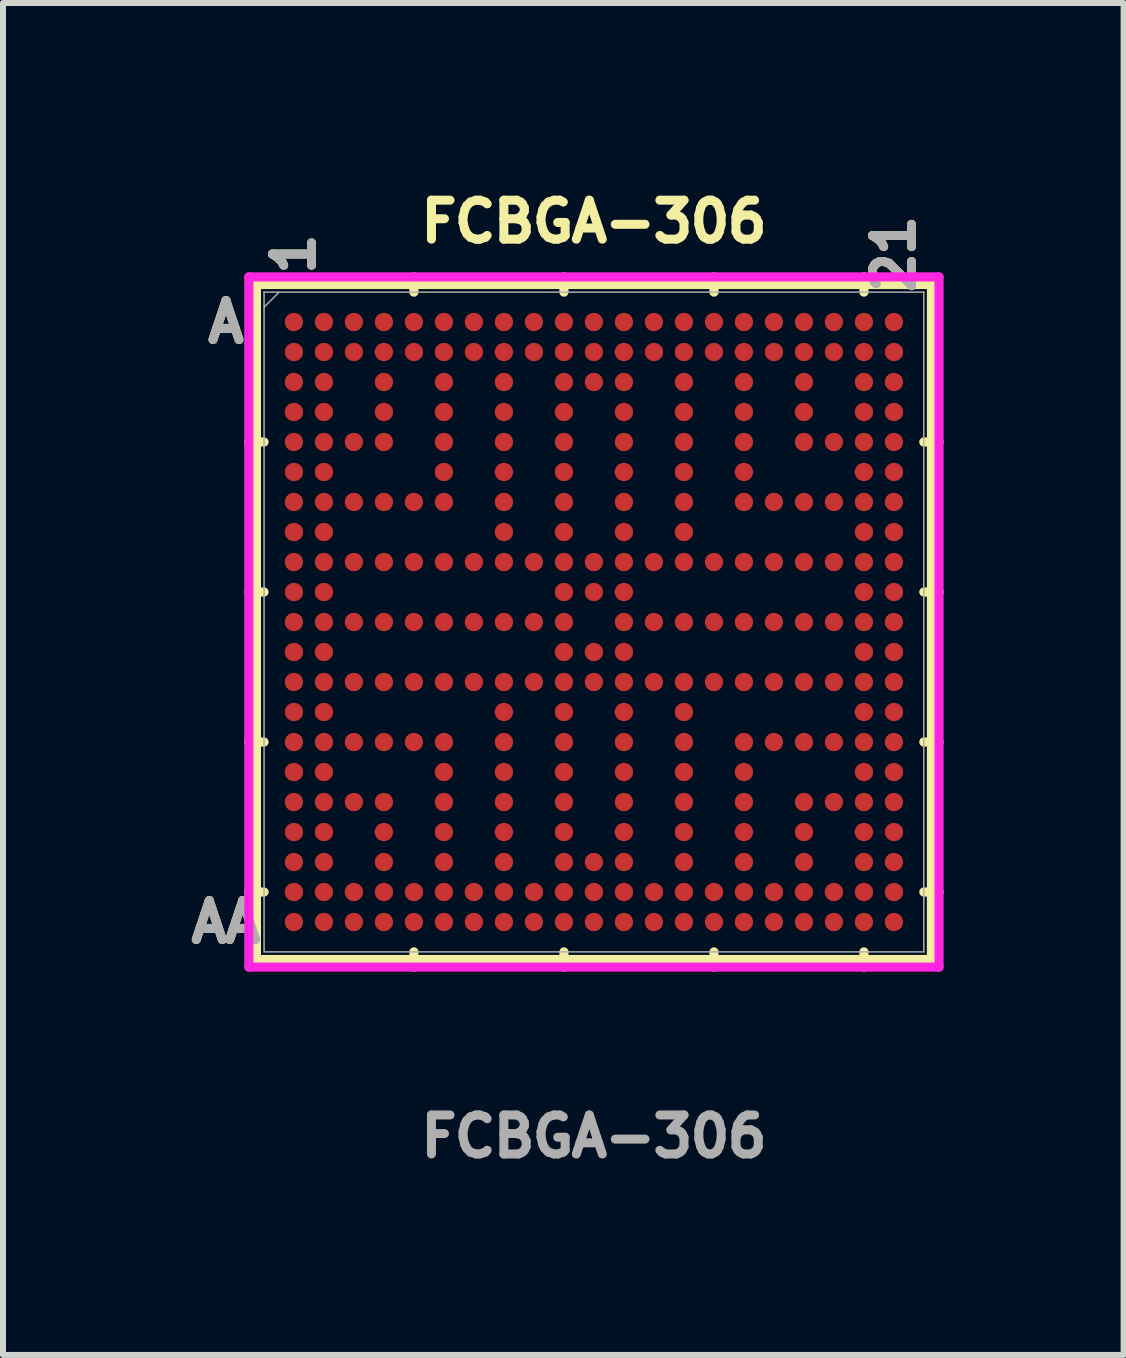
<source format=kicad_pcb>
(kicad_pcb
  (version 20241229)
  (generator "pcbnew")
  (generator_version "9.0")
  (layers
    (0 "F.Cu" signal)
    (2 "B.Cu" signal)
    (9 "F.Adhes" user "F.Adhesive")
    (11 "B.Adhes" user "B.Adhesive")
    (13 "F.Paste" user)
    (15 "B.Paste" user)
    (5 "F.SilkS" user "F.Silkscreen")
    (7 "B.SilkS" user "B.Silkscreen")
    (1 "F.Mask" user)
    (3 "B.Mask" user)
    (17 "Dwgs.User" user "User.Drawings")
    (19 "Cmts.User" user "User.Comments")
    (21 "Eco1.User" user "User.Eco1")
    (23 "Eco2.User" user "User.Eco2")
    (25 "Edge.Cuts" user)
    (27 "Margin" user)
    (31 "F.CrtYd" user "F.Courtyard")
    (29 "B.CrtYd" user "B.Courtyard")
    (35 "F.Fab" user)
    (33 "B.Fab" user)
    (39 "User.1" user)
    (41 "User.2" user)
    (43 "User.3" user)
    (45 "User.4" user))
  (footprint "FCBGA-306"
    (layer "F.Cu")
    (at 6.851 7.319)
    (property "Reference" "FCBGA-306" (at 0 -6.675 0) (unlocked yes) (layer "F.SilkS") (effects (font (size 0.65 0.65) (thickness 0.15))))
    (attr smd)
    (fp_line (start -5.626 -5.626) (end -5.626 5.626) (stroke (width 0.152) (type solid)) (layer "F.SilkS"))
    (fp_line (start -5.626 5.626) (end 5.626 5.626) (stroke (width 0.152) (type solid)) (layer "F.SilkS"))
    (fp_line (start -5.499 -3.001) (end -5.753 -3.001) (stroke (width 0.152) (type solid)) (layer "F.SilkS"))
    (fp_line (start -5.499 -0.5) (end -5.753 -0.5) (stroke (width 0.152) (type solid)) (layer "F.SilkS"))
    (fp_line (start -5.499 2.001) (end -5.753 2.001) (stroke (width 0.152) (type solid)) (layer "F.SilkS"))
    (fp_line (start -5.499 4.501) (end -5.753 4.501) (stroke (width 0.152) (type solid)) (layer "F.SilkS"))
    (fp_line (start -3.001 -5.499) (end -3.001 -5.753) (stroke (width 0.152) (type solid)) (layer "F.SilkS"))
    (fp_line (start -3.001 5.499) (end -3.001 5.753) (stroke (width 0.152) (type solid)) (layer "F.SilkS"))
    (fp_line (start -0.5 -5.499) (end -0.5 -5.753) (stroke (width 0.152) (type solid)) (layer "F.SilkS"))
    (fp_line (start -0.5 5.499) (end -0.5 5.753) (stroke (width 0.152) (type solid)) (layer "F.SilkS"))
    (fp_line (start 2.001 -5.499) (end 2.001 -5.753) (stroke (width 0.152) (type solid)) (layer "F.SilkS"))
    (fp_line (start 2.001 5.499) (end 2.001 5.753) (stroke (width 0.152) (type solid)) (layer "F.SilkS"))
    (fp_line (start 4.501 -5.499) (end 4.501 -5.753) (stroke (width 0.152) (type solid)) (layer "F.SilkS"))
    (fp_line (start 4.501 5.499) (end 4.501 5.753) (stroke (width 0.152) (type solid)) (layer "F.SilkS"))
    (fp_line (start 5.499 -3.001) (end 5.753 -3.001) (stroke (width 0.152) (type solid)) (layer "F.SilkS"))
    (fp_line (start 5.499 -0.5) (end 5.753 -0.5) (stroke (width 0.152) (type solid)) (layer "F.SilkS"))
    (fp_line (start 5.499 2.001) (end 5.753 2.001) (stroke (width 0.152) (type solid)) (layer "F.SilkS"))
    (fp_line (start 5.499 4.501) (end 5.753 4.501) (stroke (width 0.152) (type solid)) (layer "F.SilkS"))
    (fp_line (start 5.626 -5.626) (end -5.626 -5.626) (stroke (width 0.152) (type solid)) (layer "F.SilkS"))
    (fp_line (start 5.626 5.626) (end 5.626 -5.626) (stroke (width 0.152) (type solid)) (layer "F.SilkS"))
    (fp_line (start -5.753 -5.753) (end 5.753 -5.753) (stroke (width 0.152) (type solid)) (layer "F.CrtYd"))
    (fp_line (start -5.753 5.753) (end -5.753 -5.753) (stroke (width 0.152) (type solid)) (layer "F.CrtYd"))
    (fp_line (start 5.753 -5.753) (end 5.753 5.753) (stroke (width 0.152) (type solid)) (layer "F.CrtYd"))
    (fp_line (start 5.753 5.753) (end -5.753 5.753) (stroke (width 0.152) (type solid)) (layer "F.CrtYd"))
    (fp_line (start -5.499 -5.499) (end -5.499 5.499) (stroke (width 0.025) (type solid)) (layer "F.Fab"))
    (fp_line (start -5.499 5.499) (end 5.499 5.499) (stroke (width 0.025) (type solid)) (layer "F.Fab"))
    (fp_line (start -5.249 -5.499) (end -5.499 -5.249) (stroke (width 0.025) (type solid)) (layer "F.Fab"))
    (fp_line (start 5.499 -5.499) (end -5.499 -5.499) (stroke (width 0.025) (type solid)) (layer "F.Fab"))
    (fp_line (start 5.499 5.499) (end 5.499 -5.499) (stroke (width 0.025) (type solid)) (layer "F.Fab"))
    (fp_text user "A" (at -6.134 -5.001 0) (unlocked yes) (layer "F.SilkS") (effects (font (size 0.65 0.65) (thickness 0.15))))
    (fp_text user "1" (at -5.001 -6.134 90) (unlocked yes) (layer "F.SilkS") (effects (font (size 0.65 0.65) (thickness 0.15))))
    (fp_text user "AA" (at -6.134 5.001 0) (unlocked yes) (layer "F.SilkS") (effects (font (size 0.65 0.65) (thickness 0.15))))
    (fp_text user "21" (at 5.001 -6.134 90) (unlocked yes) (layer "F.SilkS") (effects (font (size 0.65 0.65) (thickness 0.15))))
    (fp_text user "AA" (at -6.134 5.001 0) (unlocked yes) (layer "F.Fab") (effects (font (size 0.65 0.65) (thickness 0.15))))
    (fp_text user "${REFERENCE}" (at 0 8.575 0) (unlocked yes) (layer "F.Fab") (effects (font (size 0.65 0.65) (thickness 0.15))))
    (fp_text user "A" (at -6.134 -5.001 0) (unlocked yes) (layer "F.Fab") (effects (font (size 0.65 0.65) (thickness 0.15))))
    (fp_text user "1" (at -5.001 -6.134 90) (unlocked yes) (layer "F.Fab") (effects (font (size 0.65 0.65) (thickness 0.15))))
    (fp_text user "21" (at 5.001 -6.134 90) (unlocked yes) (layer "F.Fab") (effects (font (size 0.65 0.65) (thickness 0.15))))
    (pad "A1" smd circle (at -5.001 -5.001) (size 0.305 0.305) (layers "F.Cu" "F.Mask" "F.Paste"))
    (pad "A2" smd circle (at -4.501 -5.001) (size 0.305 0.305) (layers "F.Cu" "F.Mask" "F.Paste"))
    (pad "A3" smd circle (at -4.001 -5.001) (size 0.305 0.305) (layers "F.Cu" "F.Mask" "F.Paste"))
    (pad "A4" smd circle (at -3.501 -5.001) (size 0.305 0.305) (layers "F.Cu" "F.Mask" "F.Paste"))
    (pad "A5" smd circle (at -3.001 -5.001) (size 0.305 0.305) (layers "F.Cu" "F.Mask" "F.Paste"))
    (pad "A6" smd circle (at -2.501 -5.001) (size 0.305 0.305) (layers "F.Cu" "F.Mask" "F.Paste"))
    (pad "A7" smd circle (at -2.001 -5.001) (size 0.305 0.305) (layers "F.Cu" "F.Mask" "F.Paste"))
    (pad "A8" smd circle (at -1.5 -5.001) (size 0.305 0.305) (layers "F.Cu" "F.Mask" "F.Paste"))
    (pad "A9" smd circle (at -1 -5.001) (size 0.305 0.305) (layers "F.Cu" "F.Mask" "F.Paste"))
    (pad "A10" smd circle (at -0.5 -5.001) (size 0.305 0.305) (layers "F.Cu" "F.Mask" "F.Paste"))
    (pad "A11" smd circle (at 0 -5.001) (size 0.305 0.305) (layers "F.Cu" "F.Mask" "F.Paste"))
    (pad "A12" smd circle (at 0.5 -5.001) (size 0.305 0.305) (layers "F.Cu" "F.Mask" "F.Paste"))
    (pad "A13" smd circle (at 1 -5.001) (size 0.305 0.305) (layers "F.Cu" "F.Mask" "F.Paste"))
    (pad "A14" smd circle (at 1.5 -5.001) (size 0.305 0.305) (layers "F.Cu" "F.Mask" "F.Paste"))
    (pad "A15" smd circle (at 2.001 -5.001) (size 0.305 0.305) (layers "F.Cu" "F.Mask" "F.Paste"))
    (pad "A16" smd circle (at 2.501 -5.001) (size 0.305 0.305) (layers "F.Cu" "F.Mask" "F.Paste"))
    (pad "A17" smd circle (at 3.001 -5.001) (size 0.305 0.305) (layers "F.Cu" "F.Mask" "F.Paste"))
    (pad "A18" smd circle (at 3.501 -5.001) (size 0.305 0.305) (layers "F.Cu" "F.Mask" "F.Paste"))
    (pad "A19" smd circle (at 4.001 -5.001) (size 0.305 0.305) (layers "F.Cu" "F.Mask" "F.Paste"))
    (pad "A20" smd circle (at 4.501 -5.001) (size 0.305 0.305) (layers "F.Cu" "F.Mask" "F.Paste"))
    (pad "A21" smd circle (at 5.001 -5.001) (size 0.305 0.305) (layers "F.Cu" "F.Mask" "F.Paste"))
    (pad "AA1" smd circle (at -5.001 5.001) (size 0.305 0.305) (layers "F.Cu" "F.Mask" "F.Paste"))
    (pad "AA2" smd circle (at -4.501 5.001) (size 0.305 0.305) (layers "F.Cu" "F.Mask" "F.Paste"))
    (pad "AA3" smd circle (at -4.001 5.001) (size 0.305 0.305) (layers "F.Cu" "F.Mask" "F.Paste"))
    (pad "AA4" smd circle (at -3.501 5.001) (size 0.305 0.305) (layers "F.Cu" "F.Mask" "F.Paste"))
    (pad "AA5" smd circle (at -3.001 5.001) (size 0.305 0.305) (layers "F.Cu" "F.Mask" "F.Paste"))
    (pad "AA6" smd circle (at -2.501 5.001) (size 0.305 0.305) (layers "F.Cu" "F.Mask" "F.Paste"))
    (pad "AA7" smd circle (at -2.001 5.001) (size 0.305 0.305) (layers "F.Cu" "F.Mask" "F.Paste"))
    (pad "AA8" smd circle (at -1.5 5.001) (size 0.305 0.305) (layers "F.Cu" "F.Mask" "F.Paste"))
    (pad "AA9" smd circle (at -1 5.001) (size 0.305 0.305) (layers "F.Cu" "F.Mask" "F.Paste"))
    (pad "AA10" smd circle (at -0.5 5.001) (size 0.305 0.305) (layers "F.Cu" "F.Mask" "F.Paste"))
    (pad "AA11" smd circle (at 0 5.001) (size 0.305 0.305) (layers "F.Cu" "F.Mask" "F.Paste"))
    (pad "AA12" smd circle (at 0.5 5.001) (size 0.305 0.305) (layers "F.Cu" "F.Mask" "F.Paste"))
    (pad "AA13" smd circle (at 1 5.001) (size 0.305 0.305) (layers "F.Cu" "F.Mask" "F.Paste"))
    (pad "AA14" smd circle (at 1.5 5.001) (size 0.305 0.305) (layers "F.Cu" "F.Mask" "F.Paste"))
    (pad "AA15" smd circle (at 2.001 5.001) (size 0.305 0.305) (layers "F.Cu" "F.Mask" "F.Paste"))
    (pad "AA16" smd circle (at 2.501 5.001) (size 0.305 0.305) (layers "F.Cu" "F.Mask" "F.Paste"))
    (pad "AA17" smd circle (at 3.001 5.001) (size 0.305 0.305) (layers "F.Cu" "F.Mask" "F.Paste"))
    (pad "AA18" smd circle (at 3.501 5.001) (size 0.305 0.305) (layers "F.Cu" "F.Mask" "F.Paste"))
    (pad "AA19" smd circle (at 4.001 5.001) (size 0.305 0.305) (layers "F.Cu" "F.Mask" "F.Paste"))
    (pad "AA20" smd circle (at 4.501 5.001) (size 0.305 0.305) (layers "F.Cu" "F.Mask" "F.Paste"))
    (pad "AA21" smd circle (at 5.001 5.001) (size 0.305 0.305) (layers "F.Cu" "F.Mask" "F.Paste"))
    (pad "B1" smd circle (at -5.001 -4.501) (size 0.305 0.305) (layers "F.Cu" "F.Mask" "F.Paste"))
    (pad "B2" smd circle (at -4.501 -4.501) (size 0.305 0.305) (layers "F.Cu" "F.Mask" "F.Paste"))
    (pad "B3" smd circle (at -4.001 -4.501) (size 0.305 0.305) (layers "F.Cu" "F.Mask" "F.Paste"))
    (pad "B4" smd circle (at -3.501 -4.501) (size 0.305 0.305) (layers "F.Cu" "F.Mask" "F.Paste"))
    (pad "B5" smd circle (at -3.001 -4.501) (size 0.305 0.305) (layers "F.Cu" "F.Mask" "F.Paste"))
    (pad "B6" smd circle (at -2.501 -4.501) (size 0.305 0.305) (layers "F.Cu" "F.Mask" "F.Paste"))
    (pad "B7" smd circle (at -2.001 -4.501) (size 0.305 0.305) (layers "F.Cu" "F.Mask" "F.Paste"))
    (pad "B8" smd circle (at -1.5 -4.501) (size 0.305 0.305) (layers "F.Cu" "F.Mask" "F.Paste"))
    (pad "B9" smd circle (at -1 -4.501) (size 0.305 0.305) (layers "F.Cu" "F.Mask" "F.Paste"))
    (pad "B10" smd circle (at -0.5 -4.501) (size 0.305 0.305) (layers "F.Cu" "F.Mask" "F.Paste"))
    (pad "B11" smd circle (at 0 -4.501) (size 0.305 0.305) (layers "F.Cu" "F.Mask" "F.Paste"))
    (pad "B12" smd circle (at 0.5 -4.501) (size 0.305 0.305) (layers "F.Cu" "F.Mask" "F.Paste"))
    (pad "B13" smd circle (at 1 -4.501) (size 0.305 0.305) (layers "F.Cu" "F.Mask" "F.Paste"))
    (pad "B14" smd circle (at 1.5 -4.501) (size 0.305 0.305) (layers "F.Cu" "F.Mask" "F.Paste"))
    (pad "B15" smd circle (at 2.001 -4.501) (size 0.305 0.305) (layers "F.Cu" "F.Mask" "F.Paste"))
    (pad "B16" smd circle (at 2.501 -4.501) (size 0.305 0.305) (layers "F.Cu" "F.Mask" "F.Paste"))
    (pad "B17" smd circle (at 3.001 -4.501) (size 0.305 0.305) (layers "F.Cu" "F.Mask" "F.Paste"))
    (pad "B18" smd circle (at 3.501 -4.501) (size 0.305 0.305) (layers "F.Cu" "F.Mask" "F.Paste"))
    (pad "B19" smd circle (at 4.001 -4.501) (size 0.305 0.305) (layers "F.Cu" "F.Mask" "F.Paste"))
    (pad "B20" smd circle (at 4.501 -4.501) (size 0.305 0.305) (layers "F.Cu" "F.Mask" "F.Paste"))
    (pad "B21" smd circle (at 5.001 -4.501) (size 0.305 0.305) (layers "F.Cu" "F.Mask" "F.Paste"))
    (pad "C1" smd circle (at -5.001 -4.001) (size 0.305 0.305) (layers "F.Cu" "F.Mask" "F.Paste"))
    (pad "C2" smd circle (at -4.501 -4.001) (size 0.305 0.305) (layers "F.Cu" "F.Mask" "F.Paste"))
    (pad "C4" smd circle (at -3.501 -4.001) (size 0.305 0.305) (layers "F.Cu" "F.Mask" "F.Paste"))
    (pad "C6" smd circle (at -2.501 -4.001) (size 0.305 0.305) (layers "F.Cu" "F.Mask" "F.Paste"))
    (pad "C8" smd circle (at -1.5 -4.001) (size 0.305 0.305) (layers "F.Cu" "F.Mask" "F.Paste"))
    (pad "C10" smd circle (at -0.5 -4.001) (size 0.305 0.305) (layers "F.Cu" "F.Mask" "F.Paste"))
    (pad "C11" smd circle (at 0 -4.001) (size 0.305 0.305) (layers "F.Cu" "F.Mask" "F.Paste"))
    (pad "C12" smd circle (at 0.5 -4.001) (size 0.305 0.305) (layers "F.Cu" "F.Mask" "F.Paste"))
    (pad "C14" smd circle (at 1.5 -4.001) (size 0.305 0.305) (layers "F.Cu" "F.Mask" "F.Paste"))
    (pad "C16" smd circle (at 2.501 -4.001) (size 0.305 0.305) (layers "F.Cu" "F.Mask" "F.Paste"))
    (pad "C18" smd circle (at 3.501 -4.001) (size 0.305 0.305) (layers "F.Cu" "F.Mask" "F.Paste"))
    (pad "C20" smd circle (at 4.501 -4.001) (size 0.305 0.305) (layers "F.Cu" "F.Mask" "F.Paste"))
    (pad "C21" smd circle (at 5.001 -4.001) (size 0.305 0.305) (layers "F.Cu" "F.Mask" "F.Paste"))
    (pad "D1" smd circle (at -5.001 -3.501) (size 0.305 0.305) (layers "F.Cu" "F.Mask" "F.Paste"))
    (pad "D2" smd circle (at -4.501 -3.501) (size 0.305 0.305) (layers "F.Cu" "F.Mask" "F.Paste"))
    (pad "D4" smd circle (at -3.501 -3.501) (size 0.305 0.305) (layers "F.Cu" "F.Mask" "F.Paste"))
    (pad "D6" smd circle (at -2.501 -3.501) (size 0.305 0.305) (layers "F.Cu" "F.Mask" "F.Paste"))
    (pad "D8" smd circle (at -1.5 -3.501) (size 0.305 0.305) (layers "F.Cu" "F.Mask" "F.Paste"))
    (pad "D10" smd circle (at -0.5 -3.501) (size 0.305 0.305) (layers "F.Cu" "F.Mask" "F.Paste"))
    (pad "D12" smd circle (at 0.5 -3.501) (size 0.305 0.305) (layers "F.Cu" "F.Mask" "F.Paste"))
    (pad "D14" smd circle (at 1.5 -3.501) (size 0.305 0.305) (layers "F.Cu" "F.Mask" "F.Paste"))
    (pad "D16" smd circle (at 2.501 -3.501) (size 0.305 0.305) (layers "F.Cu" "F.Mask" "F.Paste"))
    (pad "D18" smd circle (at 3.501 -3.501) (size 0.305 0.305) (layers "F.Cu" "F.Mask" "F.Paste"))
    (pad "D20" smd circle (at 4.501 -3.501) (size 0.305 0.305) (layers "F.Cu" "F.Mask" "F.Paste"))
    (pad "D21" smd circle (at 5.001 -3.501) (size 0.305 0.305) (layers "F.Cu" "F.Mask" "F.Paste"))
    (pad "E1" smd circle (at -5.001 -3.001) (size 0.305 0.305) (layers "F.Cu" "F.Mask" "F.Paste"))
    (pad "E2" smd circle (at -4.501 -3.001) (size 0.305 0.305) (layers "F.Cu" "F.Mask" "F.Paste"))
    (pad "E3" smd circle (at -4.001 -3.001) (size 0.305 0.305) (layers "F.Cu" "F.Mask" "F.Paste"))
    (pad "E4" smd circle (at -3.501 -3.001) (size 0.305 0.305) (layers "F.Cu" "F.Mask" "F.Paste"))
    (pad "E6" smd circle (at -2.501 -3.001) (size 0.305 0.305) (layers "F.Cu" "F.Mask" "F.Paste"))
    (pad "E8" smd circle (at -1.5 -3.001) (size 0.305 0.305) (layers "F.Cu" "F.Mask" "F.Paste"))
    (pad "E10" smd circle (at -0.5 -3.001) (size 0.305 0.305) (layers "F.Cu" "F.Mask" "F.Paste"))
    (pad "E12" smd circle (at 0.5 -3.001) (size 0.305 0.305) (layers "F.Cu" "F.Mask" "F.Paste"))
    (pad "E14" smd circle (at 1.5 -3.001) (size 0.305 0.305) (layers "F.Cu" "F.Mask" "F.Paste"))
    (pad "E16" smd circle (at 2.501 -3.001) (size 0.305 0.305) (layers "F.Cu" "F.Mask" "F.Paste"))
    (pad "E18" smd circle (at 3.501 -3.001) (size 0.305 0.305) (layers "F.Cu" "F.Mask" "F.Paste"))
    (pad "E19" smd circle (at 4.001 -3.001) (size 0.305 0.305) (layers "F.Cu" "F.Mask" "F.Paste"))
    (pad "E20" smd circle (at 4.501 -3.001) (size 0.305 0.305) (layers "F.Cu" "F.Mask" "F.Paste"))
    (pad "E21" smd circle (at 5.001 -3.001) (size 0.305 0.305) (layers "F.Cu" "F.Mask" "F.Paste"))
    (pad "F1" smd circle (at -5.001 -2.501) (size 0.305 0.305) (layers "F.Cu" "F.Mask" "F.Paste"))
    (pad "F2" smd circle (at -4.501 -2.501) (size 0.305 0.305) (layers "F.Cu" "F.Mask" "F.Paste"))
    (pad "F6" smd circle (at -2.501 -2.501) (size 0.305 0.305) (layers "F.Cu" "F.Mask" "F.Paste"))
    (pad "F8" smd circle (at -1.5 -2.501) (size 0.305 0.305) (layers "F.Cu" "F.Mask" "F.Paste"))
    (pad "F10" smd circle (at -0.5 -2.501) (size 0.305 0.305) (layers "F.Cu" "F.Mask" "F.Paste"))
    (pad "F12" smd circle (at 0.5 -2.501) (size 0.305 0.305) (layers "F.Cu" "F.Mask" "F.Paste"))
    (pad "F14" smd circle (at 1.5 -2.501) (size 0.305 0.305) (layers "F.Cu" "F.Mask" "F.Paste"))
    (pad "F16" smd circle (at 2.501 -2.501) (size 0.305 0.305) (layers "F.Cu" "F.Mask" "F.Paste"))
    (pad "F20" smd circle (at 4.501 -2.501) (size 0.305 0.305) (layers "F.Cu" "F.Mask" "F.Paste"))
    (pad "F21" smd circle (at 5.001 -2.501) (size 0.305 0.305) (layers "F.Cu" "F.Mask" "F.Paste"))
    (pad "G1" smd circle (at -5.001 -2.001) (size 0.305 0.305) (layers "F.Cu" "F.Mask" "F.Paste"))
    (pad "G2" smd circle (at -4.501 -2.001) (size 0.305 0.305) (layers "F.Cu" "F.Mask" "F.Paste"))
    (pad "G3" smd circle (at -4.001 -2.001) (size 0.305 0.305) (layers "F.Cu" "F.Mask" "F.Paste"))
    (pad "G4" smd circle (at -3.501 -2.001) (size 0.305 0.305) (layers "F.Cu" "F.Mask" "F.Paste"))
    (pad "G5" smd circle (at -3.001 -2.001) (size 0.305 0.305) (layers "F.Cu" "F.Mask" "F.Paste"))
    (pad "G6" smd circle (at -2.501 -2.001) (size 0.305 0.305) (layers "F.Cu" "F.Mask" "F.Paste"))
    (pad "G8" smd circle (at -1.5 -2.001) (size 0.305 0.305) (layers "F.Cu" "F.Mask" "F.Paste"))
    (pad "G10" smd circle (at -0.5 -2.001) (size 0.305 0.305) (layers "F.Cu" "F.Mask" "F.Paste"))
    (pad "G12" smd circle (at 0.5 -2.001) (size 0.305 0.305) (layers "F.Cu" "F.Mask" "F.Paste"))
    (pad "G14" smd circle (at 1.5 -2.001) (size 0.305 0.305) (layers "F.Cu" "F.Mask" "F.Paste"))
    (pad "G16" smd circle (at 2.501 -2.001) (size 0.305 0.305) (layers "F.Cu" "F.Mask" "F.Paste"))
    (pad "G17" smd circle (at 3.001 -2.001) (size 0.305 0.305) (layers "F.Cu" "F.Mask" "F.Paste"))
    (pad "G18" smd circle (at 3.501 -2.001) (size 0.305 0.305) (layers "F.Cu" "F.Mask" "F.Paste"))
    (pad "G19" smd circle (at 4.001 -2.001) (size 0.305 0.305) (layers "F.Cu" "F.Mask" "F.Paste"))
    (pad "G20" smd circle (at 4.501 -2.001) (size 0.305 0.305) (layers "F.Cu" "F.Mask" "F.Paste"))
    (pad "G21" smd circle (at 5.001 -2.001) (size 0.305 0.305) (layers "F.Cu" "F.Mask" "F.Paste"))
    (pad "H1" smd circle (at -5.001 -1.5) (size 0.305 0.305) (layers "F.Cu" "F.Mask" "F.Paste"))
    (pad "H2" smd circle (at -4.501 -1.5) (size 0.305 0.305) (layers "F.Cu" "F.Mask" "F.Paste"))
    (pad "H8" smd circle (at -1.5 -1.5) (size 0.305 0.305) (layers "F.Cu" "F.Mask" "F.Paste"))
    (pad "H10" smd circle (at -0.5 -1.5) (size 0.305 0.305) (layers "F.Cu" "F.Mask" "F.Paste"))
    (pad "H12" smd circle (at 0.5 -1.5) (size 0.305 0.305) (layers "F.Cu" "F.Mask" "F.Paste"))
    (pad "H14" smd circle (at 1.5 -1.5) (size 0.305 0.305) (layers "F.Cu" "F.Mask" "F.Paste"))
    (pad "H20" smd circle (at 4.501 -1.5) (size 0.305 0.305) (layers "F.Cu" "F.Mask" "F.Paste"))
    (pad "H21" smd circle (at 5.001 -1.5) (size 0.305 0.305) (layers "F.Cu" "F.Mask" "F.Paste"))
    (pad "J1" smd circle (at -5.001 -1) (size 0.305 0.305) (layers "F.Cu" "F.Mask" "F.Paste"))
    (pad "J2" smd circle (at -4.501 -1) (size 0.305 0.305) (layers "F.Cu" "F.Mask" "F.Paste"))
    (pad "J3" smd circle (at -4.001 -1) (size 0.305 0.305) (layers "F.Cu" "F.Mask" "F.Paste"))
    (pad "J4" smd circle (at -3.501 -1) (size 0.305 0.305) (layers "F.Cu" "F.Mask" "F.Paste"))
    (pad "J5" smd circle (at -3.001 -1) (size 0.305 0.305) (layers "F.Cu" "F.Mask" "F.Paste"))
    (pad "J6" smd circle (at -2.501 -1) (size 0.305 0.305) (layers "F.Cu" "F.Mask" "F.Paste"))
    (pad "J7" smd circle (at -2.001 -1) (size 0.305 0.305) (layers "F.Cu" "F.Mask" "F.Paste"))
    (pad "J8" smd circle (at -1.5 -1) (size 0.305 0.305) (layers "F.Cu" "F.Mask" "F.Paste"))
    (pad "J9" smd circle (at -1 -1) (size 0.305 0.305) (layers "F.Cu" "F.Mask" "F.Paste"))
    (pad "J10" smd circle (at -0.5 -1) (size 0.305 0.305) (layers "F.Cu" "F.Mask" "F.Paste"))
    (pad "J11" smd circle (at 0 -1) (size 0.305 0.305) (layers "F.Cu" "F.Mask" "F.Paste"))
    (pad "J12" smd circle (at 0.5 -1) (size 0.305 0.305) (layers "F.Cu" "F.Mask" "F.Paste"))
    (pad "J13" smd circle (at 1 -1) (size 0.305 0.305) (layers "F.Cu" "F.Mask" "F.Paste"))
    (pad "J14" smd circle (at 1.5 -1) (size 0.305 0.305) (layers "F.Cu" "F.Mask" "F.Paste"))
    (pad "J15" smd circle (at 2.001 -1) (size 0.305 0.305) (layers "F.Cu" "F.Mask" "F.Paste"))
    (pad "J16" smd circle (at 2.501 -1) (size 0.305 0.305) (layers "F.Cu" "F.Mask" "F.Paste"))
    (pad "J17" smd circle (at 3.001 -1) (size 0.305 0.305) (layers "F.Cu" "F.Mask" "F.Paste"))
    (pad "J18" smd circle (at 3.501 -1) (size 0.305 0.305) (layers "F.Cu" "F.Mask" "F.Paste"))
    (pad "J19" smd circle (at 4.001 -1) (size 0.305 0.305) (layers "F.Cu" "F.Mask" "F.Paste"))
    (pad "J20" smd circle (at 4.501 -1) (size 0.305 0.305) (layers "F.Cu" "F.Mask" "F.Paste"))
    (pad "J21" smd circle (at 5.001 -1) (size 0.305 0.305) (layers "F.Cu" "F.Mask" "F.Paste"))
    (pad "K1" smd circle (at -5.001 -0.5) (size 0.305 0.305) (layers "F.Cu" "F.Mask" "F.Paste"))
    (pad "K2" smd circle (at -4.501 -0.5) (size 0.305 0.305) (layers "F.Cu" "F.Mask" "F.Paste"))
    (pad "K10" smd circle (at -0.5 -0.5) (size 0.305 0.305) (layers "F.Cu" "F.Mask" "F.Paste"))
    (pad "K11" smd circle (at 0 -0.5) (size 0.305 0.305) (layers "F.Cu" "F.Mask" "F.Paste"))
    (pad "K12" smd circle (at 0.5 -0.5) (size 0.305 0.305) (layers "F.Cu" "F.Mask" "F.Paste"))
    (pad "K20" smd circle (at 4.501 -0.5) (size 0.305 0.305) (layers "F.Cu" "F.Mask" "F.Paste"))
    (pad "K21" smd circle (at 5.001 -0.5) (size 0.305 0.305) (layers "F.Cu" "F.Mask" "F.Paste"))
    (pad "L1" smd circle (at -5.001 0) (size 0.305 0.305) (layers "F.Cu" "F.Mask" "F.Paste"))
    (pad "L2" smd circle (at -4.501 0) (size 0.305 0.305) (layers "F.Cu" "F.Mask" "F.Paste"))
    (pad "L3" smd circle (at -4.001 0) (size 0.305 0.305) (layers "F.Cu" "F.Mask" "F.Paste"))
    (pad "L4" smd circle (at -3.501 0) (size 0.305 0.305) (layers "F.Cu" "F.Mask" "F.Paste"))
    (pad "L5" smd circle (at -3.001 0) (size 0.305 0.305) (layers "F.Cu" "F.Mask" "F.Paste"))
    (pad "L6" smd circle (at -2.501 0) (size 0.305 0.305) (layers "F.Cu" "F.Mask" "F.Paste"))
    (pad "L7" smd circle (at -2.001 0) (size 0.305 0.305) (layers "F.Cu" "F.Mask" "F.Paste"))
    (pad "L8" smd circle (at -1.5 0) (size 0.305 0.305) (layers "F.Cu" "F.Mask" "F.Paste"))
    (pad "L9" smd circle (at -1 0) (size 0.305 0.305) (layers "F.Cu" "F.Mask" "F.Paste"))
    (pad "L10" smd circle (at -0.5 0) (size 0.305 0.305) (layers "F.Cu" "F.Mask" "F.Paste"))
    (pad "L12" smd circle (at 0.5 0) (size 0.305 0.305) (layers "F.Cu" "F.Mask" "F.Paste"))
    (pad "L13" smd circle (at 1 0) (size 0.305 0.305) (layers "F.Cu" "F.Mask" "F.Paste"))
    (pad "L14" smd circle (at 1.5 0) (size 0.305 0.305) (layers "F.Cu" "F.Mask" "F.Paste"))
    (pad "L15" smd circle (at 2.001 0) (size 0.305 0.305) (layers "F.Cu" "F.Mask" "F.Paste"))
    (pad "L16" smd circle (at 2.501 0) (size 0.305 0.305) (layers "F.Cu" "F.Mask" "F.Paste"))
    (pad "L17" smd circle (at 3.001 0) (size 0.305 0.305) (layers "F.Cu" "F.Mask" "F.Paste"))
    (pad "L18" smd circle (at 3.501 0) (size 0.305 0.305) (layers "F.Cu" "F.Mask" "F.Paste"))
    (pad "L19" smd circle (at 4.001 0) (size 0.305 0.305) (layers "F.Cu" "F.Mask" "F.Paste"))
    (pad "L20" smd circle (at 4.501 0) (size 0.305 0.305) (layers "F.Cu" "F.Mask" "F.Paste"))
    (pad "L21" smd circle (at 5.001 0) (size 0.305 0.305) (layers "F.Cu" "F.Mask" "F.Paste"))
    (pad "M1" smd circle (at -5.001 0.5) (size 0.305 0.305) (layers "F.Cu" "F.Mask" "F.Paste"))
    (pad "M2" smd circle (at -4.501 0.5) (size 0.305 0.305) (layers "F.Cu" "F.Mask" "F.Paste"))
    (pad "M10" smd circle (at -0.5 0.5) (size 0.305 0.305) (layers "F.Cu" "F.Mask" "F.Paste"))
    (pad "M11" smd circle (at 0 0.5) (size 0.305 0.305) (layers "F.Cu" "F.Mask" "F.Paste"))
    (pad "M12" smd circle (at 0.5 0.5) (size 0.305 0.305) (layers "F.Cu" "F.Mask" "F.Paste"))
    (pad "M20" smd circle (at 4.501 0.5) (size 0.305 0.305) (layers "F.Cu" "F.Mask" "F.Paste"))
    (pad "M21" smd circle (at 5.001 0.5) (size 0.305 0.305) (layers "F.Cu" "F.Mask" "F.Paste"))
    (pad "N1" smd circle (at -5.001 1) (size 0.305 0.305) (layers "F.Cu" "F.Mask" "F.Paste"))
    (pad "N2" smd circle (at -4.501 1) (size 0.305 0.305) (layers "F.Cu" "F.Mask" "F.Paste"))
    (pad "N3" smd circle (at -4.001 1) (size 0.305 0.305) (layers "F.Cu" "F.Mask" "F.Paste"))
    (pad "N4" smd circle (at -3.501 1) (size 0.305 0.305) (layers "F.Cu" "F.Mask" "F.Paste"))
    (pad "N5" smd circle (at -3.001 1) (size 0.305 0.305) (layers "F.Cu" "F.Mask" "F.Paste"))
    (pad "N6" smd circle (at -2.501 1) (size 0.305 0.305) (layers "F.Cu" "F.Mask" "F.Paste"))
    (pad "N7" smd circle (at -2.001 1) (size 0.305 0.305) (layers "F.Cu" "F.Mask" "F.Paste"))
    (pad "N8" smd circle (at -1.5 1) (size 0.305 0.305) (layers "F.Cu" "F.Mask" "F.Paste"))
    (pad "N9" smd circle (at -1 1) (size 0.305 0.305) (layers "F.Cu" "F.Mask" "F.Paste"))
    (pad "N10" smd circle (at -0.5 1) (size 0.305 0.305) (layers "F.Cu" "F.Mask" "F.Paste"))
    (pad "N11" smd circle (at 0 1) (size 0.305 0.305) (layers "F.Cu" "F.Mask" "F.Paste"))
    (pad "N12" smd circle (at 0.5 1) (size 0.305 0.305) (layers "F.Cu" "F.Mask" "F.Paste"))
    (pad "N13" smd circle (at 1 1) (size 0.305 0.305) (layers "F.Cu" "F.Mask" "F.Paste"))
    (pad "N14" smd circle (at 1.5 1) (size 0.305 0.305) (layers "F.Cu" "F.Mask" "F.Paste"))
    (pad "N15" smd circle (at 2.001 1) (size 0.305 0.305) (layers "F.Cu" "F.Mask" "F.Paste"))
    (pad "N16" smd circle (at 2.501 1) (size 0.305 0.305) (layers "F.Cu" "F.Mask" "F.Paste"))
    (pad "N17" smd circle (at 3.001 1) (size 0.305 0.305) (layers "F.Cu" "F.Mask" "F.Paste"))
    (pad "N18" smd circle (at 3.501 1) (size 0.305 0.305) (layers "F.Cu" "F.Mask" "F.Paste"))
    (pad "N19" smd circle (at 4.001 1) (size 0.305 0.305) (layers "F.Cu" "F.Mask" "F.Paste"))
    (pad "N20" smd circle (at 4.501 1) (size 0.305 0.305) (layers "F.Cu" "F.Mask" "F.Paste"))
    (pad "N21" smd circle (at 5.001 1) (size 0.305 0.305) (layers "F.Cu" "F.Mask" "F.Paste"))
    (pad "P1" smd circle (at -5.001 1.5) (size 0.305 0.305) (layers "F.Cu" "F.Mask" "F.Paste"))
    (pad "P2" smd circle (at -4.501 1.5) (size 0.305 0.305) (layers "F.Cu" "F.Mask" "F.Paste"))
    (pad "P8" smd circle (at -1.5 1.5) (size 0.305 0.305) (layers "F.Cu" "F.Mask" "F.Paste"))
    (pad "P10" smd circle (at -0.5 1.5) (size 0.305 0.305) (layers "F.Cu" "F.Mask" "F.Paste"))
    (pad "P12" smd circle (at 0.5 1.5) (size 0.305 0.305) (layers "F.Cu" "F.Mask" "F.Paste"))
    (pad "P14" smd circle (at 1.5 1.5) (size 0.305 0.305) (layers "F.Cu" "F.Mask" "F.Paste"))
    (pad "P20" smd circle (at 4.501 1.5) (size 0.305 0.305) (layers "F.Cu" "F.Mask" "F.Paste"))
    (pad "P21" smd circle (at 5.001 1.5) (size 0.305 0.305) (layers "F.Cu" "F.Mask" "F.Paste"))
    (pad "R1" smd circle (at -5.001 2.001) (size 0.305 0.305) (layers "F.Cu" "F.Mask" "F.Paste"))
    (pad "R2" smd circle (at -4.501 2.001) (size 0.305 0.305) (layers "F.Cu" "F.Mask" "F.Paste"))
    (pad "R3" smd circle (at -4.001 2.001) (size 0.305 0.305) (layers "F.Cu" "F.Mask" "F.Paste"))
    (pad "R4" smd circle (at -3.501 2.001) (size 0.305 0.305) (layers "F.Cu" "F.Mask" "F.Paste"))
    (pad "R5" smd circle (at -3.001 2.001) (size 0.305 0.305) (layers "F.Cu" "F.Mask" "F.Paste"))
    (pad "R6" smd circle (at -2.501 2.001) (size 0.305 0.305) (layers "F.Cu" "F.Mask" "F.Paste"))
    (pad "R8" smd circle (at -1.5 2.001) (size 0.305 0.305) (layers "F.Cu" "F.Mask" "F.Paste"))
    (pad "R10" smd circle (at -0.5 2.001) (size 0.305 0.305) (layers "F.Cu" "F.Mask" "F.Paste"))
    (pad "R12" smd circle (at 0.5 2.001) (size 0.305 0.305) (layers "F.Cu" "F.Mask" "F.Paste"))
    (pad "R14" smd circle (at 1.5 2.001) (size 0.305 0.305) (layers "F.Cu" "F.Mask" "F.Paste"))
    (pad "R16" smd circle (at 2.501 2.001) (size 0.305 0.305) (layers "F.Cu" "F.Mask" "F.Paste"))
    (pad "R17" smd circle (at 3.001 2.001) (size 0.305 0.305) (layers "F.Cu" "F.Mask" "F.Paste"))
    (pad "R18" smd circle (at 3.501 2.001) (size 0.305 0.305) (layers "F.Cu" "F.Mask" "F.Paste"))
    (pad "R19" smd circle (at 4.001 2.001) (size 0.305 0.305) (layers "F.Cu" "F.Mask" "F.Paste"))
    (pad "R20" smd circle (at 4.501 2.001) (size 0.305 0.305) (layers "F.Cu" "F.Mask" "F.Paste"))
    (pad "R21" smd circle (at 5.001 2.001) (size 0.305 0.305) (layers "F.Cu" "F.Mask" "F.Paste"))
    (pad "T1" smd circle (at -5.001 2.501) (size 0.305 0.305) (layers "F.Cu" "F.Mask" "F.Paste"))
    (pad "T2" smd circle (at -4.501 2.501) (size 0.305 0.305) (layers "F.Cu" "F.Mask" "F.Paste"))
    (pad "T6" smd circle (at -2.501 2.501) (size 0.305 0.305) (layers "F.Cu" "F.Mask" "F.Paste"))
    (pad "T8" smd circle (at -1.5 2.501) (size 0.305 0.305) (layers "F.Cu" "F.Mask" "F.Paste"))
    (pad "T10" smd circle (at -0.5 2.501) (size 0.305 0.305) (layers "F.Cu" "F.Mask" "F.Paste"))
    (pad "T12" smd circle (at 0.5 2.501) (size 0.305 0.305) (layers "F.Cu" "F.Mask" "F.Paste"))
    (pad "T14" smd circle (at 1.5 2.501) (size 0.305 0.305) (layers "F.Cu" "F.Mask" "F.Paste"))
    (pad "T16" smd circle (at 2.501 2.501) (size 0.305 0.305) (layers "F.Cu" "F.Mask" "F.Paste"))
    (pad "T20" smd circle (at 4.501 2.501) (size 0.305 0.305) (layers "F.Cu" "F.Mask" "F.Paste"))
    (pad "T21" smd circle (at 5.001 2.501) (size 0.305 0.305) (layers "F.Cu" "F.Mask" "F.Paste"))
    (pad "U1" smd circle (at -5.001 3.001) (size 0.305 0.305) (layers "F.Cu" "F.Mask" "F.Paste"))
    (pad "U2" smd circle (at -4.501 3.001) (size 0.305 0.305) (layers "F.Cu" "F.Mask" "F.Paste"))
    (pad "U3" smd circle (at -4.001 3.001) (size 0.305 0.305) (layers "F.Cu" "F.Mask" "F.Paste"))
    (pad "U4" smd circle (at -3.501 3.001) (size 0.305 0.305) (layers "F.Cu" "F.Mask" "F.Paste"))
    (pad "U6" smd circle (at -2.501 3.001) (size 0.305 0.305) (layers "F.Cu" "F.Mask" "F.Paste"))
    (pad "U8" smd circle (at -1.5 3.001) (size 0.305 0.305) (layers "F.Cu" "F.Mask" "F.Paste"))
    (pad "U10" smd circle (at -0.5 3.001) (size 0.305 0.305) (layers "F.Cu" "F.Mask" "F.Paste"))
    (pad "U12" smd circle (at 0.5 3.001) (size 0.305 0.305) (layers "F.Cu" "F.Mask" "F.Paste"))
    (pad "U14" smd circle (at 1.5 3.001) (size 0.305 0.305) (layers "F.Cu" "F.Mask" "F.Paste"))
    (pad "U16" smd circle (at 2.501 3.001) (size 0.305 0.305) (layers "F.Cu" "F.Mask" "F.Paste"))
    (pad "U18" smd circle (at 3.501 3.001) (size 0.305 0.305) (layers "F.Cu" "F.Mask" "F.Paste"))
    (pad "U19" smd circle (at 4.001 3.001) (size 0.305 0.305) (layers "F.Cu" "F.Mask" "F.Paste"))
    (pad "U20" smd circle (at 4.501 3.001) (size 0.305 0.305) (layers "F.Cu" "F.Mask" "F.Paste"))
    (pad "U21" smd circle (at 5.001 3.001) (size 0.305 0.305) (layers "F.Cu" "F.Mask" "F.Paste"))
    (pad "V1" smd circle (at -5.001 3.501) (size 0.305 0.305) (layers "F.Cu" "F.Mask" "F.Paste"))
    (pad "V2" smd circle (at -4.501 3.501) (size 0.305 0.305) (layers "F.Cu" "F.Mask" "F.Paste"))
    (pad "V4" smd circle (at -3.501 3.501) (size 0.305 0.305) (layers "F.Cu" "F.Mask" "F.Paste"))
    (pad "V6" smd circle (at -2.501 3.501) (size 0.305 0.305) (layers "F.Cu" "F.Mask" "F.Paste"))
    (pad "V8" smd circle (at -1.5 3.501) (size 0.305 0.305) (layers "F.Cu" "F.Mask" "F.Paste"))
    (pad "V10" smd circle (at -0.5 3.501) (size 0.305 0.305) (layers "F.Cu" "F.Mask" "F.Paste"))
    (pad "V12" smd circle (at 0.5 3.501) (size 0.305 0.305) (layers "F.Cu" "F.Mask" "F.Paste"))
    (pad "V14" smd circle (at 1.5 3.501) (size 0.305 0.305) (layers "F.Cu" "F.Mask" "F.Paste"))
    (pad "V16" smd circle (at 2.501 3.501) (size 0.305 0.305) (layers "F.Cu" "F.Mask" "F.Paste"))
    (pad "V18" smd circle (at 3.501 3.501) (size 0.305 0.305) (layers "F.Cu" "F.Mask" "F.Paste"))
    (pad "V20" smd circle (at 4.501 3.501) (size 0.305 0.305) (layers "F.Cu" "F.Mask" "F.Paste"))
    (pad "V21" smd circle (at 5.001 3.501) (size 0.305 0.305) (layers "F.Cu" "F.Mask" "F.Paste"))
    (pad "W1" smd circle (at -5.001 4.001) (size 0.305 0.305) (layers "F.Cu" "F.Mask" "F.Paste"))
    (pad "W2" smd circle (at -4.501 4.001) (size 0.305 0.305) (layers "F.Cu" "F.Mask" "F.Paste"))
    (pad "W4" smd circle (at -3.501 4.001) (size 0.305 0.305) (layers "F.Cu" "F.Mask" "F.Paste"))
    (pad "W6" smd circle (at -2.501 4.001) (size 0.305 0.305) (layers "F.Cu" "F.Mask" "F.Paste"))
    (pad "W8" smd circle (at -1.5 4.001) (size 0.305 0.305) (layers "F.Cu" "F.Mask" "F.Paste"))
    (pad "W10" smd circle (at -0.5 4.001) (size 0.305 0.305) (layers "F.Cu" "F.Mask" "F.Paste"))
    (pad "W11" smd circle (at 0 4.001) (size 0.305 0.305) (layers "F.Cu" "F.Mask" "F.Paste"))
    (pad "W12" smd circle (at 0.5 4.001) (size 0.305 0.305) (layers "F.Cu" "F.Mask" "F.Paste"))
    (pad "W14" smd circle (at 1.5 4.001) (size 0.305 0.305) (layers "F.Cu" "F.Mask" "F.Paste"))
    (pad "W16" smd circle (at 2.501 4.001) (size 0.305 0.305) (layers "F.Cu" "F.Mask" "F.Paste"))
    (pad "W18" smd circle (at 3.501 4.001) (size 0.305 0.305) (layers "F.Cu" "F.Mask" "F.Paste"))
    (pad "W20" smd circle (at 4.501 4.001) (size 0.305 0.305) (layers "F.Cu" "F.Mask" "F.Paste"))
    (pad "W21" smd circle (at 5.001 4.001) (size 0.305 0.305) (layers "F.Cu" "F.Mask" "F.Paste"))
    (pad "Y1" smd circle (at -5.001 4.501) (size 0.305 0.305) (layers "F.Cu" "F.Mask" "F.Paste"))
    (pad "Y2" smd circle (at -4.501 4.501) (size 0.305 0.305) (layers "F.Cu" "F.Mask" "F.Paste"))
    (pad "Y3" smd circle (at -4.001 4.501) (size 0.305 0.305) (layers "F.Cu" "F.Mask" "F.Paste"))
    (pad "Y4" smd circle (at -3.501 4.501) (size 0.305 0.305) (layers "F.Cu" "F.Mask" "F.Paste"))
    (pad "Y5" smd circle (at -3.001 4.501) (size 0.305 0.305) (layers "F.Cu" "F.Mask" "F.Paste"))
    (pad "Y6" smd circle (at -2.501 4.501) (size 0.305 0.305) (layers "F.Cu" "F.Mask" "F.Paste"))
    (pad "Y7" smd circle (at -2.001 4.501) (size 0.305 0.305) (layers "F.Cu" "F.Mask" "F.Paste"))
    (pad "Y8" smd circle (at -1.5 4.501) (size 0.305 0.305) (layers "F.Cu" "F.Mask" "F.Paste"))
    (pad "Y9" smd circle (at -1 4.501) (size 0.305 0.305) (layers "F.Cu" "F.Mask" "F.Paste"))
    (pad "Y10" smd circle (at -0.5 4.501) (size 0.305 0.305) (layers "F.Cu" "F.Mask" "F.Paste"))
    (pad "Y11" smd circle (at 0 4.501) (size 0.305 0.305) (layers "F.Cu" "F.Mask" "F.Paste"))
    (pad "Y12" smd circle (at 0.5 4.501) (size 0.305 0.305) (layers "F.Cu" "F.Mask" "F.Paste"))
    (pad "Y13" smd circle (at 1 4.501) (size 0.305 0.305) (layers "F.Cu" "F.Mask" "F.Paste"))
    (pad "Y14" smd circle (at 1.5 4.501) (size 0.305 0.305) (layers "F.Cu" "F.Mask" "F.Paste"))
    (pad "Y15" smd circle (at 2.001 4.501) (size 0.305 0.305) (layers "F.Cu" "F.Mask" "F.Paste"))
    (pad "Y16" smd circle (at 2.501 4.501) (size 0.305 0.305) (layers "F.Cu" "F.Mask" "F.Paste"))
    (pad "Y17" smd circle (at 3.001 4.501) (size 0.305 0.305) (layers "F.Cu" "F.Mask" "F.Paste"))
    (pad "Y18" smd circle (at 3.501 4.501) (size 0.305 0.305) (layers "F.Cu" "F.Mask" "F.Paste"))
    (pad "Y19" smd circle (at 4.001 4.501) (size 0.305 0.305) (layers "F.Cu" "F.Mask" "F.Paste"))
    (pad "Y20" smd circle (at 4.501 4.501) (size 0.305 0.305) (layers "F.Cu" "F.Mask" "F.Paste"))
    (pad "Y21" smd circle (at 5.001 4.501) (size 0.305 0.305) (layers "F.Cu" "F.Mask" "F.Paste")))
  (gr_rect
    (start -3 -3)
    (end 15.681 19.537)
    (stroke (width 0.1) (type default))
    (fill no)
    (layer "Edge.Cuts")))
</source>
